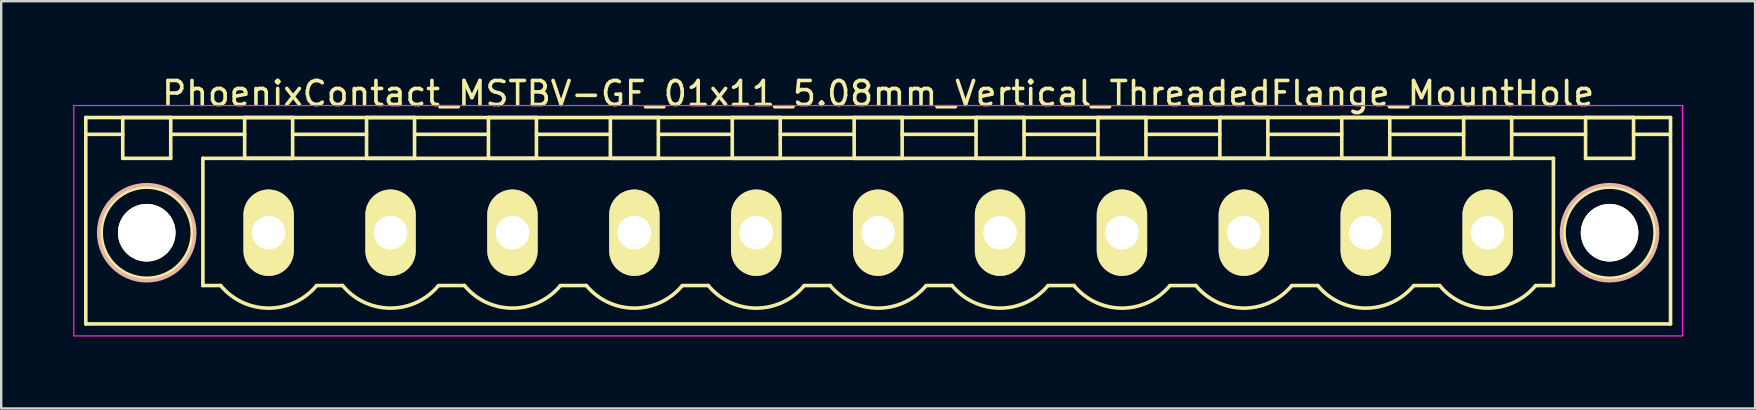
<source format=kicad_pcb>
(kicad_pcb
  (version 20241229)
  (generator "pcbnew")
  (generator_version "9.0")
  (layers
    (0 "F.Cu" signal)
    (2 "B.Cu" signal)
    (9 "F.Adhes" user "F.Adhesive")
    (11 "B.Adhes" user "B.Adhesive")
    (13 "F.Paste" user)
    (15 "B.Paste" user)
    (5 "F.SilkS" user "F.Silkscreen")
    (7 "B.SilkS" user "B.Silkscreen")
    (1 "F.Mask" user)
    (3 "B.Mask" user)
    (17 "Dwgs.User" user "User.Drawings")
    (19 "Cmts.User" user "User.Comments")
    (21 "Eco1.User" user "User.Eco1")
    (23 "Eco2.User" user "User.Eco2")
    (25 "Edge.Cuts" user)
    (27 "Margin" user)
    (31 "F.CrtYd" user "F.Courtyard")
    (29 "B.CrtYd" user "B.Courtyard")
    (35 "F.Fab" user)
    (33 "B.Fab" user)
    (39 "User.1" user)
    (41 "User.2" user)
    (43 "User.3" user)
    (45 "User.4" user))
  (footprint "PhoenixContact_MSTBV-GF_01x11_5.08mm_Vertical_ThreadedFlange_MountHole"
    (layer "F.Cu")
    (at 8.145 6.648)
    (property "Reference" "PhoenixContact_MSTBV-GF_01x11_5.08mm_Vertical_ThreadedFlange_MountHole" (at 25.4 -5.8 0) (layer "F.SilkS") (effects (font (size 1 1) (thickness 0.15))))
    (attr through_hole)
    (fp_line (start -7.62 -4.8) (end -7.62 3.8) (stroke (width 0.15) (type solid)) (layer "F.SilkS"))
    (fp_line (start -7.62 -4.1) (end -6.08 -4.1) (stroke (width 0.15) (type solid)) (layer "F.SilkS"))
    (fp_line (start -7.62 3.8) (end 58.42 3.8) (stroke (width 0.15) (type solid)) (layer "F.SilkS"))
    (fp_line (start -6.08 -4.8) (end -4.08 -4.8) (stroke (width 0.15) (type solid)) (layer "F.SilkS"))
    (fp_line (start -6.08 -3.1) (end -6.08 -4.8) (stroke (width 0.15) (type solid)) (layer "F.SilkS"))
    (fp_line (start -4.08 -4.8) (end -4.08 -3.1) (stroke (width 0.15) (type solid)) (layer "F.SilkS"))
    (fp_line (start -4.08 -4.1) (end -1 -4.1) (stroke (width 0.15) (type solid)) (layer "F.SilkS"))
    (fp_line (start -4.08 -3.1) (end -6.08 -3.1) (stroke (width 0.15) (type solid)) (layer "F.SilkS"))
    (fp_line (start -2.74 -3.1) (end 53.54 -3.1) (stroke (width 0.15) (type solid)) (layer "F.SilkS"))
    (fp_line (start -2.74 2.2) (end -2.74 -3.1) (stroke (width 0.15) (type solid)) (layer "F.SilkS"))
    (fp_line (start -2 2.2) (end -2.74 2.2) (stroke (width 0.15) (type solid)) (layer "F.SilkS"))
    (fp_line (start -1 -4.8) (end 1 -4.8) (stroke (width 0.15) (type solid)) (layer "F.SilkS"))
    (fp_line (start -1 -3.1) (end -1 -4.8) (stroke (width 0.15) (type solid)) (layer "F.SilkS"))
    (fp_line (start 1 -4.8) (end 1 -3.1) (stroke (width 0.15) (type solid)) (layer "F.SilkS"))
    (fp_line (start 1 -4.1) (end 4.08 -4.1) (stroke (width 0.15) (type solid)) (layer "F.SilkS"))
    (fp_line (start 1 -3.1) (end -1 -3.1) (stroke (width 0.15) (type solid)) (layer "F.SilkS"))
    (fp_line (start 2 2.2) (end 3.08 2.2) (stroke (width 0.15) (type solid)) (layer "F.SilkS"))
    (fp_line (start 4.08 -4.8) (end 6.08 -4.8) (stroke (width 0.15) (type solid)) (layer "F.SilkS"))
    (fp_line (start 4.08 -3.1) (end 4.08 -4.8) (stroke (width 0.15) (type solid)) (layer "F.SilkS"))
    (fp_line (start 6.08 -4.8) (end 6.08 -3.1) (stroke (width 0.15) (type solid)) (layer "F.SilkS"))
    (fp_line (start 6.08 -4.1) (end 9.16 -4.1) (stroke (width 0.15) (type solid)) (layer "F.SilkS"))
    (fp_line (start 6.08 -3.1) (end 4.08 -3.1) (stroke (width 0.15) (type solid)) (layer "F.SilkS"))
    (fp_line (start 7.08 2.2) (end 8.16 2.2) (stroke (width 0.15) (type solid)) (layer "F.SilkS"))
    (fp_line (start 9.16 -4.8) (end 11.16 -4.8) (stroke (width 0.15) (type solid)) (layer "F.SilkS"))
    (fp_line (start 9.16 -3.1) (end 9.16 -4.8) (stroke (width 0.15) (type solid)) (layer "F.SilkS"))
    (fp_line (start 11.16 -4.8) (end 11.16 -3.1) (stroke (width 0.15) (type solid)) (layer "F.SilkS"))
    (fp_line (start 11.16 -4.1) (end 14.24 -4.1) (stroke (width 0.15) (type solid)) (layer "F.SilkS"))
    (fp_line (start 11.16 -3.1) (end 9.16 -3.1) (stroke (width 0.15) (type solid)) (layer "F.SilkS"))
    (fp_line (start 12.16 2.2) (end 13.24 2.2) (stroke (width 0.15) (type solid)) (layer "F.SilkS"))
    (fp_line (start 14.24 -4.8) (end 16.24 -4.8) (stroke (width 0.15) (type solid)) (layer "F.SilkS"))
    (fp_line (start 14.24 -3.1) (end 14.24 -4.8) (stroke (width 0.15) (type solid)) (layer "F.SilkS"))
    (fp_line (start 16.24 -4.8) (end 16.24 -3.1) (stroke (width 0.15) (type solid)) (layer "F.SilkS"))
    (fp_line (start 16.24 -4.1) (end 19.32 -4.1) (stroke (width 0.15) (type solid)) (layer "F.SilkS"))
    (fp_line (start 16.24 -3.1) (end 14.24 -3.1) (stroke (width 0.15) (type solid)) (layer "F.SilkS"))
    (fp_line (start 17.24 2.2) (end 18.32 2.2) (stroke (width 0.15) (type solid)) (layer "F.SilkS"))
    (fp_line (start 19.32 -4.8) (end 21.32 -4.8) (stroke (width 0.15) (type solid)) (layer "F.SilkS"))
    (fp_line (start 19.32 -3.1) (end 19.32 -4.8) (stroke (width 0.15) (type solid)) (layer "F.SilkS"))
    (fp_line (start 21.32 -4.8) (end 21.32 -3.1) (stroke (width 0.15) (type solid)) (layer "F.SilkS"))
    (fp_line (start 21.32 -4.1) (end 24.4 -4.1) (stroke (width 0.15) (type solid)) (layer "F.SilkS"))
    (fp_line (start 21.32 -3.1) (end 19.32 -3.1) (stroke (width 0.15) (type solid)) (layer "F.SilkS"))
    (fp_line (start 22.32 2.2) (end 23.4 2.2) (stroke (width 0.15) (type solid)) (layer "F.SilkS"))
    (fp_line (start 24.4 -4.8) (end 26.4 -4.8) (stroke (width 0.15) (type solid)) (layer "F.SilkS"))
    (fp_line (start 24.4 -3.1) (end 24.4 -4.8) (stroke (width 0.15) (type solid)) (layer "F.SilkS"))
    (fp_line (start 26.4 -4.8) (end 26.4 -3.1) (stroke (width 0.15) (type solid)) (layer "F.SilkS"))
    (fp_line (start 26.4 -4.1) (end 29.48 -4.1) (stroke (width 0.15) (type solid)) (layer "F.SilkS"))
    (fp_line (start 26.4 -3.1) (end 24.4 -3.1) (stroke (width 0.15) (type solid)) (layer "F.SilkS"))
    (fp_line (start 27.4 2.2) (end 28.48 2.2) (stroke (width 0.15) (type solid)) (layer "F.SilkS"))
    (fp_line (start 29.48 -4.8) (end 31.48 -4.8) (stroke (width 0.15) (type solid)) (layer "F.SilkS"))
    (fp_line (start 29.48 -3.1) (end 29.48 -4.8) (stroke (width 0.15) (type solid)) (layer "F.SilkS"))
    (fp_line (start 31.48 -4.8) (end 31.48 -3.1) (stroke (width 0.15) (type solid)) (layer "F.SilkS"))
    (fp_line (start 31.48 -4.1) (end 34.56 -4.1) (stroke (width 0.15) (type solid)) (layer "F.SilkS"))
    (fp_line (start 31.48 -3.1) (end 29.48 -3.1) (stroke (width 0.15) (type solid)) (layer "F.SilkS"))
    (fp_line (start 32.48 2.2) (end 33.56 2.2) (stroke (width 0.15) (type solid)) (layer "F.SilkS"))
    (fp_line (start 34.56 -4.8) (end 36.56 -4.8) (stroke (width 0.15) (type solid)) (layer "F.SilkS"))
    (fp_line (start 34.56 -3.1) (end 34.56 -4.8) (stroke (width 0.15) (type solid)) (layer "F.SilkS"))
    (fp_line (start 36.56 -4.8) (end 36.56 -3.1) (stroke (width 0.15) (type solid)) (layer "F.SilkS"))
    (fp_line (start 36.56 -4.1) (end 39.64 -4.1) (stroke (width 0.15) (type solid)) (layer "F.SilkS"))
    (fp_line (start 36.56 -3.1) (end 34.56 -3.1) (stroke (width 0.15) (type solid)) (layer "F.SilkS"))
    (fp_line (start 37.56 2.2) (end 38.64 2.2) (stroke (width 0.15) (type solid)) (layer "F.SilkS"))
    (fp_line (start 39.64 -4.8) (end 41.64 -4.8) (stroke (width 0.15) (type solid)) (layer "F.SilkS"))
    (fp_line (start 39.64 -3.1) (end 39.64 -4.8) (stroke (width 0.15) (type solid)) (layer "F.SilkS"))
    (fp_line (start 41.64 -4.8) (end 41.64 -3.1) (stroke (width 0.15) (type solid)) (layer "F.SilkS"))
    (fp_line (start 41.64 -4.1) (end 44.72 -4.1) (stroke (width 0.15) (type solid)) (layer "F.SilkS"))
    (fp_line (start 41.64 -3.1) (end 39.64 -3.1) (stroke (width 0.15) (type solid)) (layer "F.SilkS"))
    (fp_line (start 42.64 2.2) (end 43.72 2.2) (stroke (width 0.15) (type solid)) (layer "F.SilkS"))
    (fp_line (start 44.72 -4.8) (end 46.72 -4.8) (stroke (width 0.15) (type solid)) (layer "F.SilkS"))
    (fp_line (start 44.72 -3.1) (end 44.72 -4.8) (stroke (width 0.15) (type solid)) (layer "F.SilkS"))
    (fp_line (start 46.72 -4.8) (end 46.72 -3.1) (stroke (width 0.15) (type solid)) (layer "F.SilkS"))
    (fp_line (start 46.72 -4.1) (end 49.8 -4.1) (stroke (width 0.15) (type solid)) (layer "F.SilkS"))
    (fp_line (start 46.72 -3.1) (end 44.72 -3.1) (stroke (width 0.15) (type solid)) (layer "F.SilkS"))
    (fp_line (start 47.72 2.2) (end 48.8 2.2) (stroke (width 0.15) (type solid)) (layer "F.SilkS"))
    (fp_line (start 49.8 -4.8) (end 51.8 -4.8) (stroke (width 0.15) (type solid)) (layer "F.SilkS"))
    (fp_line (start 49.8 -3.1) (end 49.8 -4.8) (stroke (width 0.15) (type solid)) (layer "F.SilkS"))
    (fp_line (start 51.8 -4.8) (end 51.8 -3.1) (stroke (width 0.15) (type solid)) (layer "F.SilkS"))
    (fp_line (start 51.8 -4.1) (end 54.88 -4.1) (stroke (width 0.15) (type solid)) (layer "F.SilkS"))
    (fp_line (start 51.8 -3.1) (end 49.8 -3.1) (stroke (width 0.15) (type solid)) (layer "F.SilkS"))
    (fp_line (start 53.54 -3.1) (end 53.54 2.2) (stroke (width 0.15) (type solid)) (layer "F.SilkS"))
    (fp_line (start 53.54 2.2) (end 52.8 2.2) (stroke (width 0.15) (type solid)) (layer "F.SilkS"))
    (fp_line (start 54.88 -4.8) (end 56.88 -4.8) (stroke (width 0.15) (type solid)) (layer "F.SilkS"))
    (fp_line (start 54.88 -3.1) (end 54.88 -4.8) (stroke (width 0.15) (type solid)) (layer "F.SilkS"))
    (fp_line (start 56.88 -4.8) (end 56.88 -3.1) (stroke (width 0.15) (type solid)) (layer "F.SilkS"))
    (fp_line (start 56.88 -3.1) (end 54.88 -3.1) (stroke (width 0.15) (type solid)) (layer "F.SilkS"))
    (fp_line (start 58.42 -4.8) (end -7.62 -4.8) (stroke (width 0.15) (type solid)) (layer "F.SilkS"))
    (fp_line (start 58.42 -4.1) (end 56.88 -4.1) (stroke (width 0.15) (type solid)) (layer "F.SilkS"))
    (fp_line (start 58.42 3.8) (end 58.42 -4.8) (stroke (width 0.15) (type solid)) (layer "F.SilkS"))
    (fp_arc (start 1.986842 2.215821) (mid -0.010289 3.142758) (end -2 2.2) (stroke (width 0.15) (type solid)) (layer "F.SilkS"))
    (fp_arc (start 7.066842 2.215821) (mid 5.069711 3.142758) (end 3.08 2.2) (stroke (width 0.15) (type solid)) (layer "F.SilkS"))
    (fp_arc (start 12.146842 2.215821) (mid 10.149711 3.142758) (end 8.16 2.2) (stroke (width 0.15) (type solid)) (layer "F.SilkS"))
    (fp_arc (start 17.226842 2.215821) (mid 15.229711 3.142758) (end 13.24 2.2) (stroke (width 0.15) (type solid)) (layer "F.SilkS"))
    (fp_arc (start 22.306842 2.215821) (mid 20.309711 3.142758) (end 18.32 2.2) (stroke (width 0.15) (type solid)) (layer "F.SilkS"))
    (fp_arc (start 27.386842 2.215821) (mid 25.389711 3.142758) (end 23.4 2.2) (stroke (width 0.15) (type solid)) (layer "F.SilkS"))
    (fp_arc (start 32.466842 2.215821) (mid 30.469711 3.142758) (end 28.48 2.2) (stroke (width 0.15) (type solid)) (layer "F.SilkS"))
    (fp_arc (start 37.546842 2.215821) (mid 35.549711 3.142758) (end 33.56 2.2) (stroke (width 0.15) (type solid)) (layer "F.SilkS"))
    (fp_arc (start 42.626842 2.215821) (mid 40.629711 3.142758) (end 38.64 2.2) (stroke (width 0.15) (type solid)) (layer "F.SilkS"))
    (fp_arc (start 47.706842 2.215821) (mid 45.709711 3.142758) (end 43.72 2.2) (stroke (width 0.15) (type solid)) (layer "F.SilkS"))
    (fp_arc (start 52.786842 2.215821) (mid 50.789711 3.142758) (end 48.8 2.2) (stroke (width 0.15) (type solid)) (layer "F.SilkS"))
    (fp_circle (center -5.08 0) (end -4.08 0) (stroke (width 0.15) (type solid)) (fill no) (layer "F.SilkS"))
    (fp_circle (center -5.08 0) (end -3.18 0) (stroke (width 0.15) (type solid)) (fill no) (layer "F.SilkS"))
    (fp_circle (center 55.88 0) (end 56.88 0) (stroke (width 0.15) (type solid)) (fill no) (layer "F.SilkS"))
    (fp_circle (center 55.88 0) (end 57.78 0) (stroke (width 0.15) (type solid)) (fill no) (layer "F.SilkS"))
    (fp_circle (center -5.08 0) (end -3.08 0) (stroke (width 0.15) (type solid)) (fill no) (layer "B.SilkS"))
    (fp_circle (center 55.88 0) (end 57.88 0) (stroke (width 0.15) (type solid)) (fill no) (layer "B.SilkS"))
    (fp_line (start -8.12 -5.3) (end -8.12 4.3) (stroke (width 0.05) (type solid)) (layer "F.CrtYd"))
    (fp_line (start -8.12 4.3) (end 58.92 4.3) (stroke (width 0.05) (type solid)) (layer "F.CrtYd"))
    (fp_line (start 58.92 -5.3) (end -8.12 -5.3) (stroke (width 0.05) (type solid)) (layer "F.CrtYd"))
    (fp_line (start 58.92 4.3) (end 58.92 -5.3) (stroke (width 0.05) (type solid)) (layer "F.CrtYd"))
    (pad "" np_thru_hole circle (at -5.08 0) (size 2.4 2.4) (drill 2.4) (layers "*.Cu" "*.Mask" "F.SilkS"))
    (pad "" np_thru_hole circle (at 55.88 0) (size 2.4 2.4) (drill 2.4) (layers "*.Cu" "*.Mask" "F.SilkS"))
    (pad "1" thru_hole oval (at 0 0) (size 2.1 3.6) (drill 1.4) (layers "*.Cu" "*.Mask" "F.SilkS"))
    (pad "2" thru_hole oval (at 5.08 0) (size 2.1 3.6) (drill 1.4) (layers "*.Cu" "*.Mask" "F.SilkS"))
    (pad "3" thru_hole oval (at 10.16 0) (size 2.1 3.6) (drill 1.4) (layers "*.Cu" "*.Mask" "F.SilkS"))
    (pad "4" thru_hole oval (at 15.24 0) (size 2.1 3.6) (drill 1.4) (layers "*.Cu" "*.Mask" "F.SilkS"))
    (pad "5" thru_hole oval (at 20.32 0) (size 2.1 3.6) (drill 1.4) (layers "*.Cu" "*.Mask" "F.SilkS"))
    (pad "6" thru_hole oval (at 25.4 0) (size 2.1 3.6) (drill 1.4) (layers "*.Cu" "*.Mask" "F.SilkS"))
    (pad "7" thru_hole oval (at 30.48 0) (size 2.1 3.6) (drill 1.4) (layers "*.Cu" "*.Mask" "F.SilkS"))
    (pad "8" thru_hole oval (at 35.56 0) (size 2.1 3.6) (drill 1.4) (layers "*.Cu" "*.Mask" "F.SilkS"))
    (pad "9" thru_hole oval (at 40.64 0) (size 2.1 3.6) (drill 1.4) (layers "*.Cu" "*.Mask" "F.SilkS"))
    (pad "10" thru_hole oval (at 45.72 0) (size 2.1 3.6) (drill 1.4) (layers "*.Cu" "*.Mask" "F.SilkS"))
    (pad "11" thru_hole oval (at 50.8 0) (size 2.1 3.6) (drill 1.4) (layers "*.Cu" "*.Mask" "F.SilkS")))
  (gr_rect
    (start -3 -3)
    (end 70.09 13.973)
    (stroke (width 0.1) (type default))
    (fill no)
    (layer "Edge.Cuts")))
</source>
